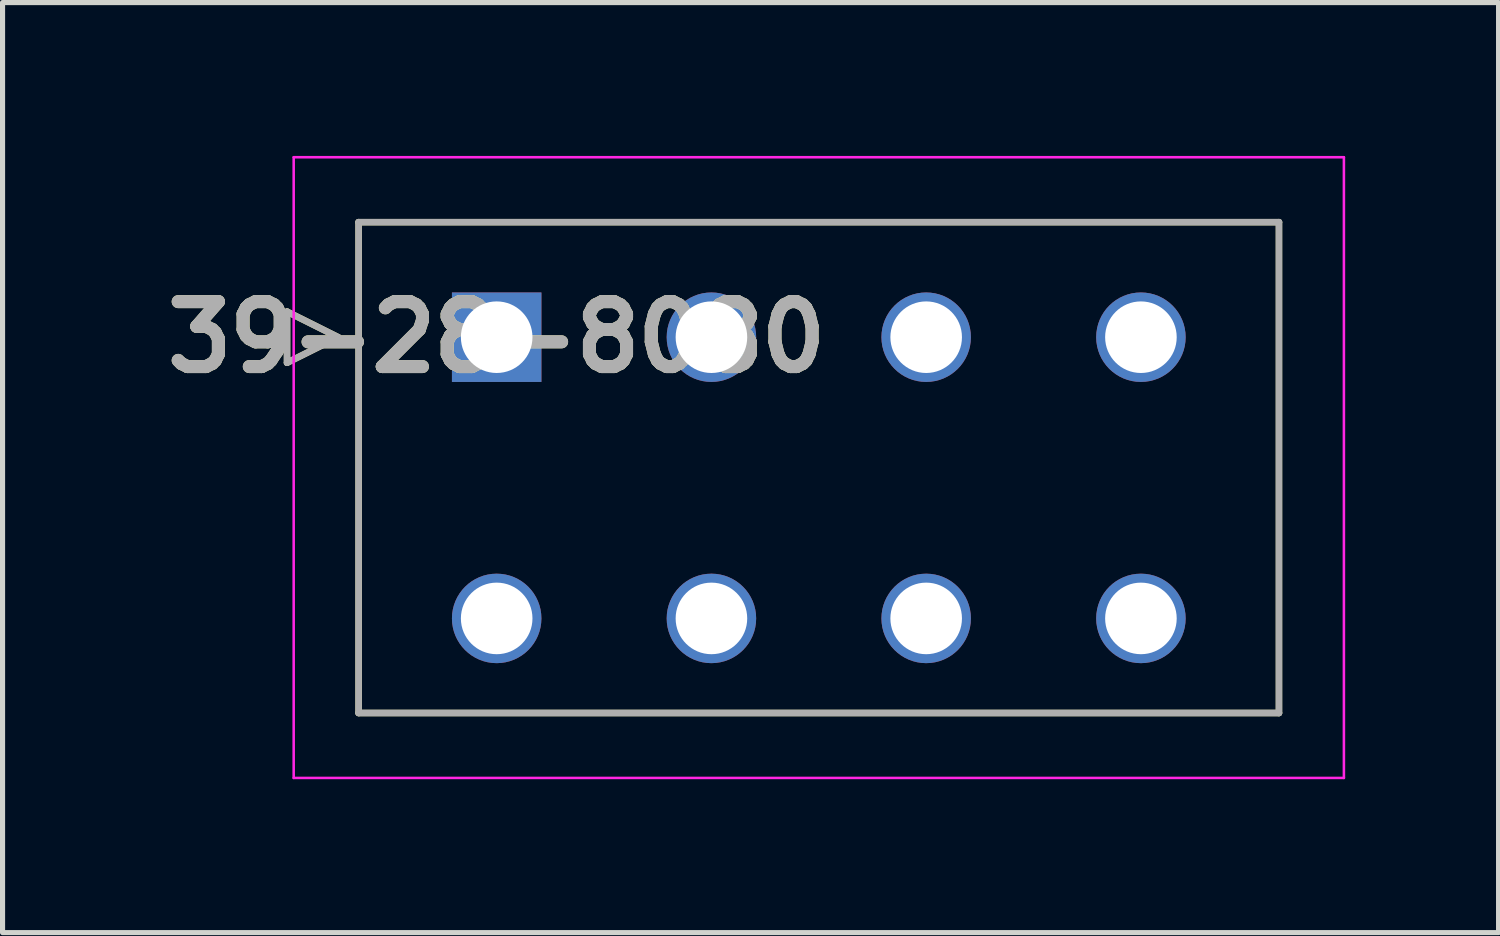
<source format=kicad_pcb>
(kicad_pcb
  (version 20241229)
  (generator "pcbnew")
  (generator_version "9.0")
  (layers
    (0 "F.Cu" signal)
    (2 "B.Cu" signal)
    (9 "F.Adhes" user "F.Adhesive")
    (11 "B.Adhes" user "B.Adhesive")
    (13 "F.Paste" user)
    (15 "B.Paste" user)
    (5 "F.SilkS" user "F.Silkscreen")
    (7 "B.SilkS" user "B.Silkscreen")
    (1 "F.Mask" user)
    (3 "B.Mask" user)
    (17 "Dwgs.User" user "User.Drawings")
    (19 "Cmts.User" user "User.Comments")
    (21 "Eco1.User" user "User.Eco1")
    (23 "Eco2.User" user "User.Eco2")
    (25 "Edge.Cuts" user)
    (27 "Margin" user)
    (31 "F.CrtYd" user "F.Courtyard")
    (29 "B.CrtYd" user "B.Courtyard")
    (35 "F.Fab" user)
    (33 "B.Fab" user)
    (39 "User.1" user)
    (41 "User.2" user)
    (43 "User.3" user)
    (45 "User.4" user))
  (footprint "39-28-8080"
    (layer "F.Cu")
    (at 6.664 3.545)
    (property "Reference" "39-28-8080" (at 0 0 0) (layer "F.SilkS") (effects (font (size 1.27 1.27) (thickness 0.254))))
    (attr through_hole)
    (fp_line (start -4.1 -0.5) (end -3.1 0) (stroke (width 0.127) (type solid)) (layer "F.SilkS"))
    (fp_line (start -4.1 0.5) (end -4.1 -0.5) (stroke (width 0.127) (type solid)) (layer "F.SilkS"))
    (fp_line (start -3.1 0) (end -4.1 0.5) (stroke (width 0.127) (type solid)) (layer "F.SilkS"))
    (fp_line (start -2.7 -2.25) (end 15.3 -2.25) (stroke (width 0.127) (type solid)) (layer "F.SilkS"))
    (fp_line (start -2.7 7.35) (end -2.7 -2.25) (stroke (width 0.127) (type solid)) (layer "F.SilkS"))
    (fp_line (start 15.3 -2.25) (end 15.3 7.35) (stroke (width 0.127) (type solid)) (layer "F.SilkS"))
    (fp_line (start 15.3 7.35) (end -2.7 7.35) (stroke (width 0.127) (type solid)) (layer "F.SilkS"))
    (fp_line (start -3.97 -3.52) (end 16.57 -3.52) (stroke (width 0.05) (type solid)) (layer "F.CrtYd"))
    (fp_line (start -3.97 8.62) (end -3.97 -3.52) (stroke (width 0.05) (type solid)) (layer "F.CrtYd"))
    (fp_line (start 16.57 -3.52) (end 16.57 8.62) (stroke (width 0.05) (type solid)) (layer "F.CrtYd"))
    (fp_line (start 16.57 8.62) (end -3.97 8.62) (stroke (width 0.05) (type solid)) (layer "F.CrtYd"))
    (fp_line (start -4.1 -0.5) (end -3.1 0) (stroke (width 0.127) (type solid)) (layer "F.Fab"))
    (fp_line (start -4.1 0.5) (end -4.1 -0.5) (stroke (width 0.127) (type solid)) (layer "F.Fab"))
    (fp_line (start -3.1 0) (end -4.1 0.5) (stroke (width 0.127) (type solid)) (layer "F.Fab"))
    (fp_line (start -2.7 -2.25) (end 15.3 -2.25) (stroke (width 0.127) (type solid)) (layer "F.Fab"))
    (fp_line (start -2.7 7.35) (end -2.7 -2.25) (stroke (width 0.127) (type solid)) (layer "F.Fab"))
    (fp_line (start 15.3 -2.25) (end 15.3 7.35) (stroke (width 0.127) (type solid)) (layer "F.Fab"))
    (fp_line (start 15.3 7.35) (end -2.7 7.35) (stroke (width 0.127) (type solid)) (layer "F.Fab"))
    (fp_text user "${REFERENCE}" (at 0 0 0) (layer "F.Fab") (effects (font (size 1.27 1.27) (thickness 0.254))))
    (pad "1" thru_hole rect (at 0 0) (size 1.75 1.75) (drill 1.4) (layers "*.Cu" "*.Mask"))
    (pad "2" thru_hole circle (at 4.2 0) (size 1.75 1.75) (drill 1.4) (layers "*.Cu" "*.Mask"))
    (pad "3" thru_hole circle (at 8.4 0) (size 1.75 1.75) (drill 1.4) (layers "*.Cu" "*.Mask"))
    (pad "4" thru_hole circle (at 12.6 0) (size 1.75 1.75) (drill 1.4) (layers "*.Cu" "*.Mask"))
    (pad "5" thru_hole circle (at 0 5.5) (size 1.75 1.75) (drill 1.4) (layers "*.Cu" "*.Mask"))
    (pad "6" thru_hole circle (at 4.2 5.5) (size 1.75 1.75) (drill 1.4) (layers "*.Cu" "*.Mask"))
    (pad "7" thru_hole circle (at 8.4 5.5) (size 1.75 1.75) (drill 1.4) (layers "*.Cu" "*.Mask"))
    (pad "8" thru_hole circle (at 12.6 5.5) (size 1.75 1.75) (drill 1.4) (layers "*.Cu" "*.Mask")))
  (gr_rect
    (start -3 -3)
    (end 26.259 15.19)
    (stroke (width 0.1) (type default))
    (fill no)
    (layer "Edge.Cuts")))
</source>
